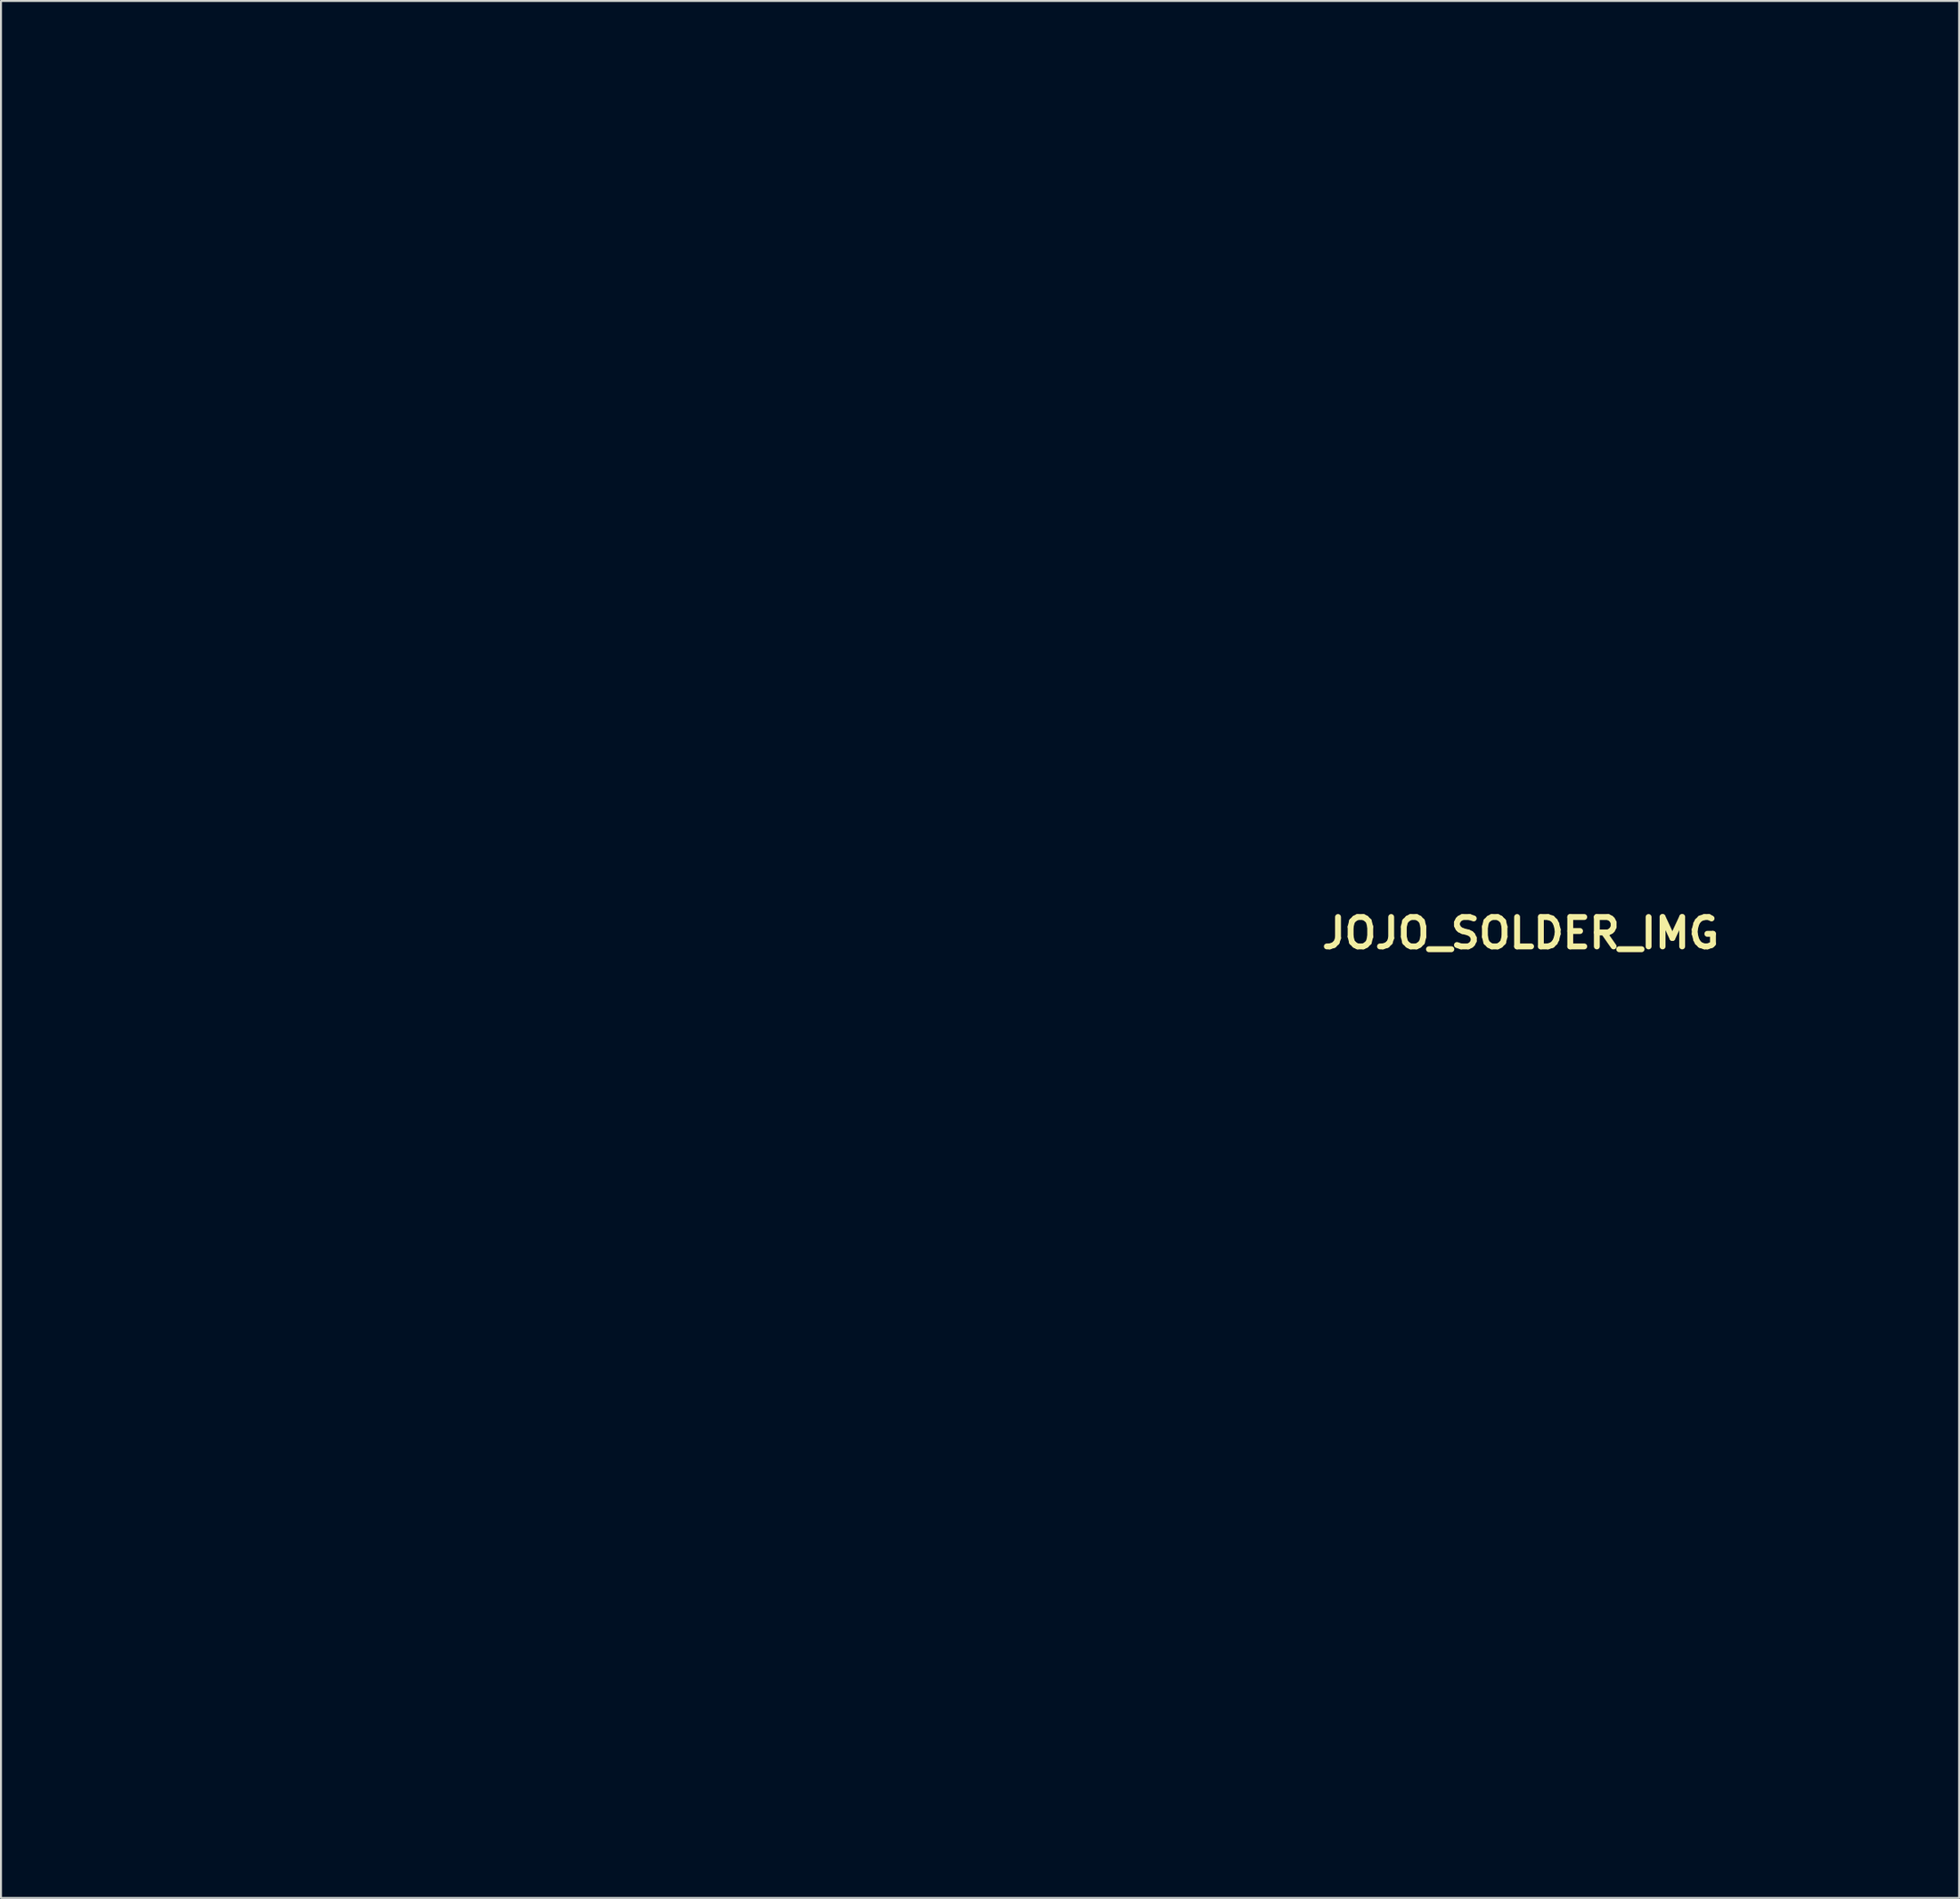
<source format=kicad_pcb>
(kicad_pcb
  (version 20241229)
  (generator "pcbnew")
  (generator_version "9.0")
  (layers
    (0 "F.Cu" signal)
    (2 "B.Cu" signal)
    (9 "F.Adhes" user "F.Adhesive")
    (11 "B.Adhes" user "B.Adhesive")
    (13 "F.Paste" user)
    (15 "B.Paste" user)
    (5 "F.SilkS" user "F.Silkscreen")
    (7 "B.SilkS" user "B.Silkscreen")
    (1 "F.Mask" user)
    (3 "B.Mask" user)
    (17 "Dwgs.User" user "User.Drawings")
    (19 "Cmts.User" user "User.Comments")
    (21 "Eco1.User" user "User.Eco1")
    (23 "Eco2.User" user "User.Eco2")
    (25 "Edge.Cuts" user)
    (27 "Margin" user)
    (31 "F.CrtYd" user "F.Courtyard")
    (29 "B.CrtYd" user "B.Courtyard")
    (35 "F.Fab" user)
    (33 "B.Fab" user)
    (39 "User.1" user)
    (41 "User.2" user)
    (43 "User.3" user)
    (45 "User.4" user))
  (footprint "JOJO_SOLDER_IMG"
    (layer "F.Cu")
    (at 46.99 46.99)
    (property "Reference" "JOJO_SOLDER_IMG" (at 27.6 -2.4 0) (layer "F.SilkS") (effects (font (size 1.5 1.5) (thickness 0.3))))
    (attr board_only exclude_from_pos_files exclude_from_bom)
    (fp_poly (pts (xy 21.929 -45.424) (xy 21.929 -43.857) (xy 23.495 -43.857) (xy 25.061 -43.857) (xy 25.061 -40.725) (xy 25.061 -37.592) (xy 23.495 -37.592) (xy 21.929 -37.592) (xy 21.929 -36.026) (xy 21.929 -34.459) (xy 18.796 -34.459) (xy 15.663 -34.459) (xy 15.663 -31.327) (xy 15.663 -28.194) (xy 14.097 -28.194) (xy 12.531 -28.194) (xy 12.531 -26.628) (xy 12.531 -25.061) (xy 9.398 -25.061) (xy 6.265 -25.061) (xy 6.265 -26.628) (xy 6.265 -28.194) (xy 4.699 -28.194) (xy 3.133 -28.194) (xy 3.133 -32.893) (xy 3.133 -37.592) (xy 4.699 -37.592) (xy 6.265 -37.592) (xy 6.265 -39.158) (xy 6.265 -40.725) (xy 7.832 -40.725) (xy 9.398 -40.725) (xy 9.398 -42.291) (xy 9.398 -43.857) (xy 10.964 -43.857) (xy 12.531 -43.857) (xy 12.531 -45.424) (xy 12.531 -46.99) (xy 17.23 -46.99) (xy 21.929 -46.99)) (stroke (width 0) (type solid)) (fill yes) (layer "F.Mask"))
    (fp_poly (pts (xy 43.857 -42.291) (xy 43.857 -40.725) (xy 45.424 -40.725) (xy 46.99 -40.725) (xy 46.99 -37.592) (xy 46.99 -34.459) (xy 45.424 -34.459) (xy 43.857 -34.459) (xy 43.857 -32.893) (xy 43.857 -31.327) (xy 40.725 -31.327) (xy 37.592 -31.327) (xy 37.592 -28.194) (xy 37.592 -25.061) (xy 36.026 -25.061) (xy 34.459 -25.061) (xy 34.459 -23.495) (xy 34.459 -21.929) (xy 31.327 -21.929) (xy 28.194 -21.929) (xy 28.194 -23.495) (xy 28.194 -25.061) (xy 26.628 -25.061) (xy 25.061 -25.061) (xy 25.061 -29.76) (xy 25.061 -34.459) (xy 26.628 -34.459) (xy 28.194 -34.459) (xy 28.194 -36.026) (xy 28.194 -37.592) (xy 29.76 -37.592) (xy 31.327 -37.592) (xy 31.327 -39.158) (xy 31.327 -40.725) (xy 32.893 -40.725) (xy 34.459 -40.725) (xy 34.459 -42.291) (xy 34.459 -43.857) (xy 39.158 -43.857) (xy 43.857 -43.857)) (stroke (width 0) (type solid)) (fill yes) (layer "F.Mask"))
    (fp_poly (pts (xy -15.663 -20.362) (xy -15.663 -12.531) (xy -14.097 -12.531) (xy -12.531 -12.531) (xy -12.531 -14.097) (xy -12.531 -15.663) (xy -7.832 -15.663) (xy -3.133 -15.663) (xy -3.133 -17.23) (xy -3.133 -18.796) (xy 0 -18.796) (xy 3.133 -18.796) (xy 3.133 -20.362) (xy 3.133 -21.929) (xy 7.832 -21.929) (xy 12.531 -21.929) (xy 12.531 -23.495) (xy 12.531 -25.061) (xy 15.663 -25.061) (xy 18.796 -25.061) (xy 18.796 -23.495) (xy 18.796 -21.929) (xy 20.362 -21.929) (xy 21.929 -21.929) (xy 21.929 -20.362) (xy 21.929 -18.796) (xy 23.495 -18.796) (xy 25.061 -18.796) (xy 25.061 -14.097) (xy 25.061 -9.398) (xy 23.495 -9.398) (xy 21.929 -9.398) (xy 21.929 -1.566) (xy 21.929 6.265) (xy 20.362 6.265) (xy 18.796 6.265) (xy 18.796 12.531) (xy 18.796 18.796) (xy 17.23 18.796) (xy 15.663 18.796) (xy 15.663 26.628) (xy 15.663 34.459) (xy 14.097 34.459) (xy 12.531 34.459) (xy 12.531 36.026) (xy 12.531 37.592) (xy 6.265 37.592) (xy 0 37.592) (xy 0 39.158) (xy 0 40.725) (xy -12.531 40.725) (xy -25.061 40.725) (xy -25.061 42.291) (xy -25.061 43.857) (xy -32.893 43.857) (xy -40.725 43.857) (xy -40.725 42.291) (xy -40.725 40.725) (xy -42.291 40.725) (xy -43.857 40.725) (xy -43.857 39.158) (xy -43.857 37.592) (xy -45.424 37.592) (xy -46.99 37.592) (xy -46.99 34.459) (xy -46.99 31.327) (xy -45.424 31.327) (xy -43.857 31.327) (xy -43.857 26.628) (xy -43.857 21.929) (xy -23.495 21.929) (xy -3.133 21.929) (xy -3.133 18.796) (xy -3.133 15.663) (xy -1.566 15.663) (xy 0 15.663) (xy 0 10.964) (xy 0 6.265) (xy 1.566 6.265) (xy 3.133 6.265) (xy 3.133 1.566) (xy 3.133 -3.133) (xy 1.566 -3.133) (xy 0 -3.133) (xy 0 -1.566) (xy 0 0) (xy -4.699 0) (xy -9.398 0) (xy -9.398 1.566) (xy -9.398 3.133) (xy -15.663 3.133) (xy -21.929 3.133) (xy -21.929 4.699) (xy -21.929 6.265) (xy -26.628 6.265) (xy -31.327 6.265) (xy -31.327 7.832) (xy -31.327 9.398) (xy -36.026 9.398) (xy -40.725 9.398) (xy -40.725 7.832) (xy -40.725 6.265) (xy -42.291 6.265) (xy -43.857 6.265) (xy -43.857 1.566) (xy -43.857 -3.133) (xy -42.291 -3.133) (xy -40.725 -3.133) (xy -40.725 -4.699) (xy -40.725 -6.265) (xy -39.158 -6.265) (xy -37.592 -6.265) (xy -37.592 -7.832) (xy -37.592 -9.398) (xy -36.026 -9.398) (xy -34.459 -9.398) (xy -34.459 -12.531) (xy -34.459 -15.663) (xy -32.893 -15.663) (xy -31.327 -15.663) (xy -31.327 -17.23) (xy -31.327 -18.796) (xy -29.76 -18.796) (xy -28.194 -18.796) (xy -28.194 -20.362) (xy -28.194 -21.929) (xy -26.628 -21.929) (xy -25.061 -21.929) (xy -25.061 -23.495) (xy -25.061 -25.061) (xy -23.495 -25.061) (xy -21.929 -25.061) (xy -21.929 -26.628) (xy -21.929 -28.194) (xy -18.796 -28.194) (xy -15.663 -28.194)) (stroke (width 0) (type solid)) (fill yes) (layer "F.Mask")))
  (gr_rect
    (start -3 -3)
    (end 96.98 93.847)
    (stroke (width 0.1) (type default))
    (fill no)
    (layer "Edge.Cuts")))
</source>
